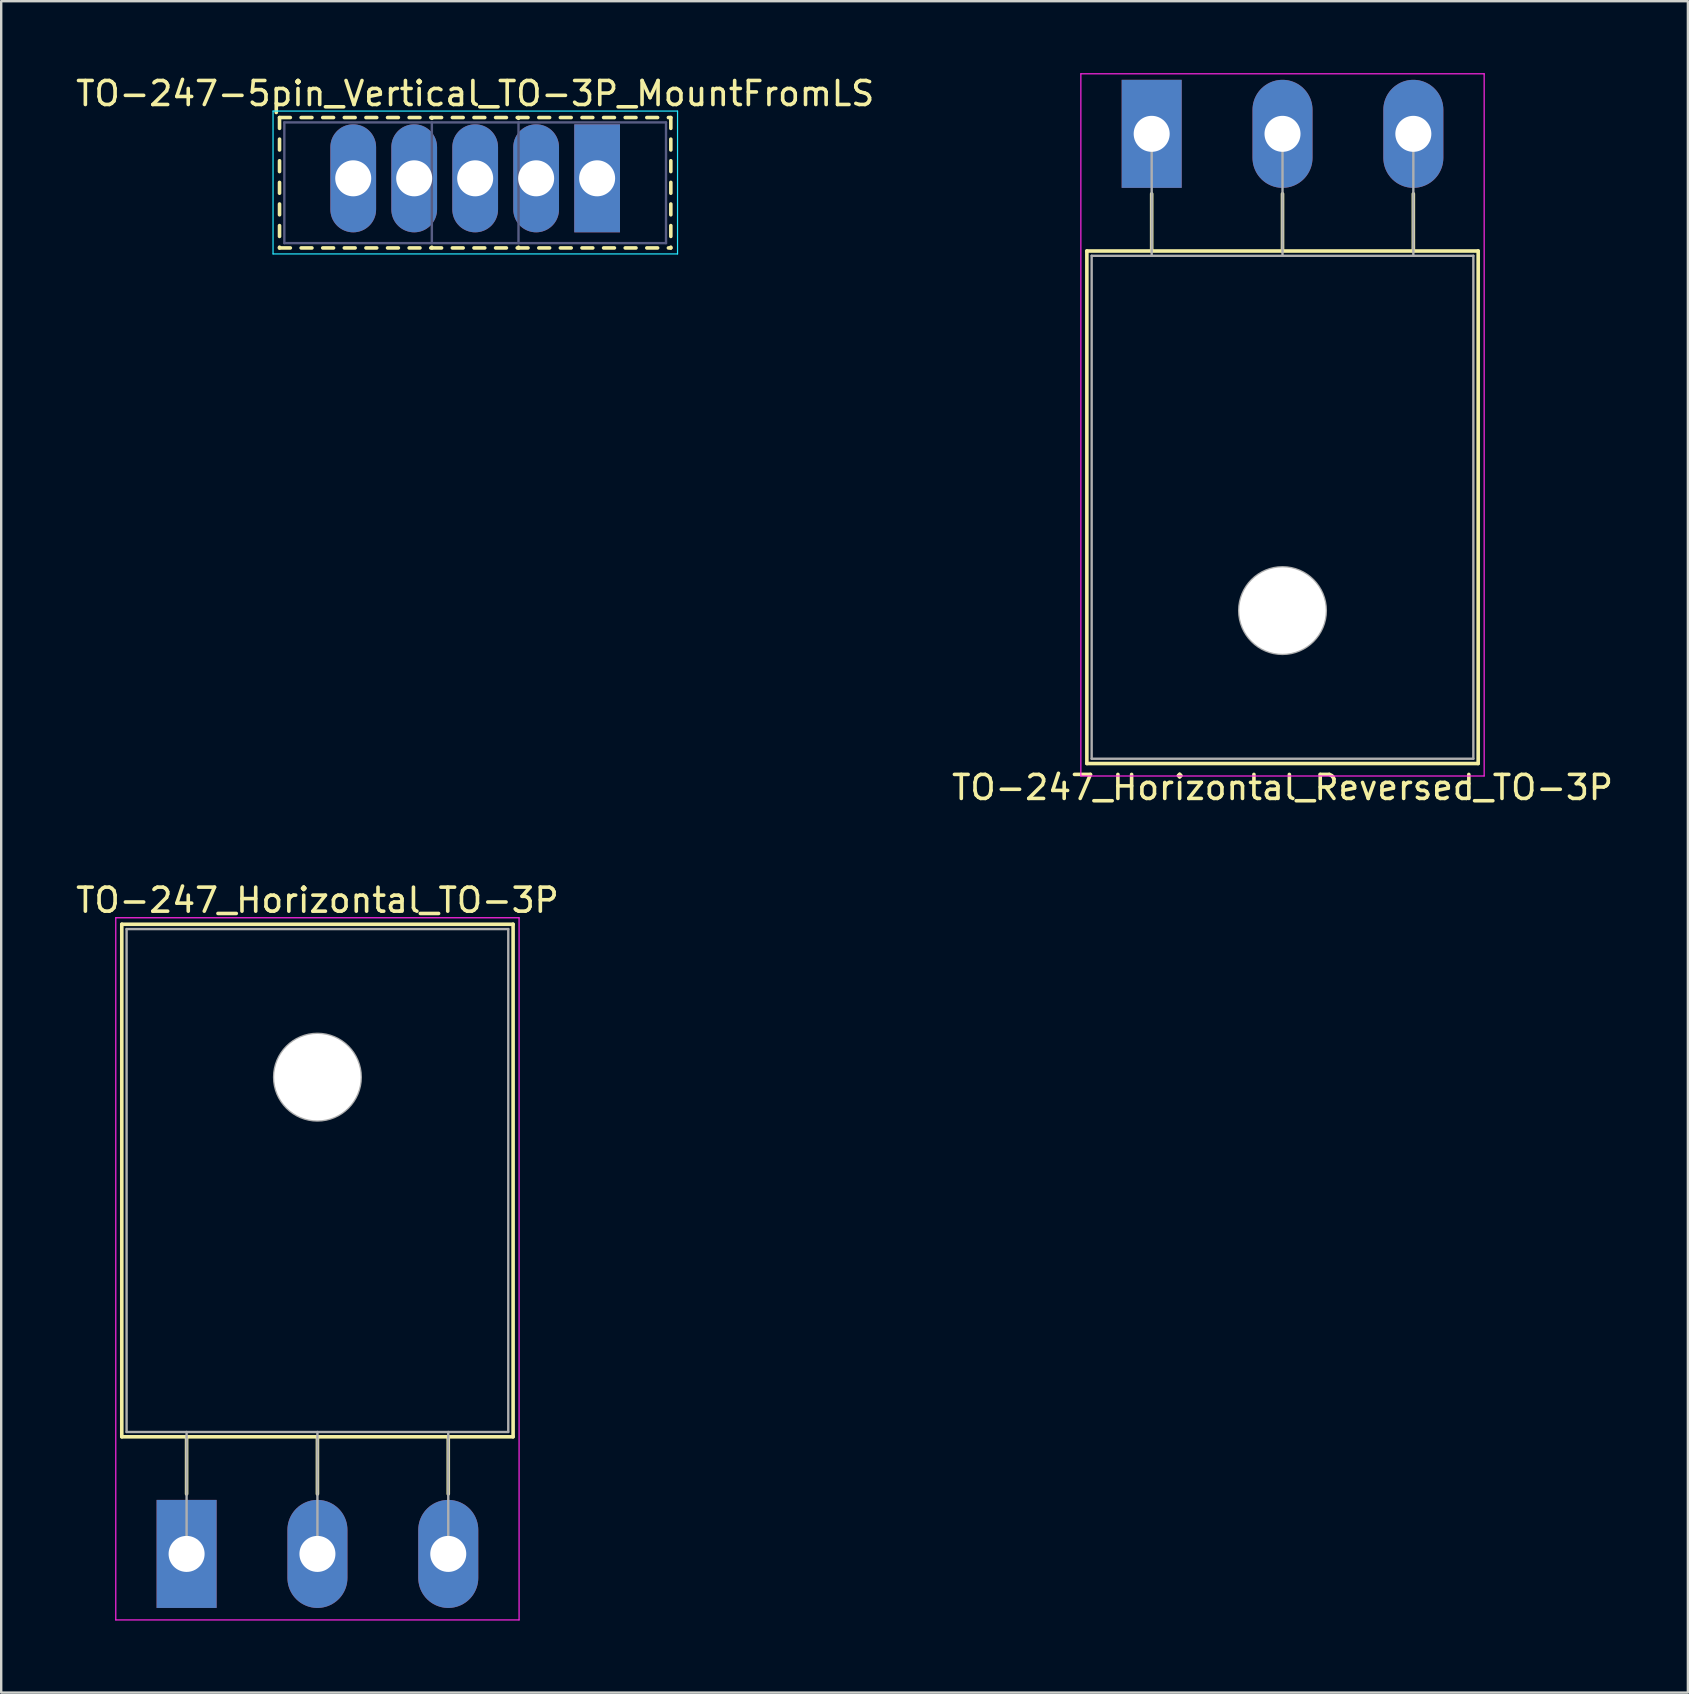
<source format=kicad_pcb>
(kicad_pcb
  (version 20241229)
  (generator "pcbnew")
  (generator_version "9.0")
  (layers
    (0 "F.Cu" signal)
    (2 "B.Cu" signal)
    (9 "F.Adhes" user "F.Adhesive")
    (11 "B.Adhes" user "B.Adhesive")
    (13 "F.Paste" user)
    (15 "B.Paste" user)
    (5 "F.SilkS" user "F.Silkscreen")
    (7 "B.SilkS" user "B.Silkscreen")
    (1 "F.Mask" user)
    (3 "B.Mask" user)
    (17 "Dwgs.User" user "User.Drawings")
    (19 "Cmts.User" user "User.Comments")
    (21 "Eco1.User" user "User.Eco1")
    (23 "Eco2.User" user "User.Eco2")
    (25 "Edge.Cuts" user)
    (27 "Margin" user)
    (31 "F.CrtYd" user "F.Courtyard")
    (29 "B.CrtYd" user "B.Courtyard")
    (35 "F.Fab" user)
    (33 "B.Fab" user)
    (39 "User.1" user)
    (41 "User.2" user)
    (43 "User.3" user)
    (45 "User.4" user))
  (footprint "TO-247-5pin_Vertical_TO-3P_MountFromLS"
    (layer "F.Cu")
    (at 21.824 4.378)
    (property "Reference" "TO-247-5pin_Vertical_TO-3P_MountFromLS" (at -5.08 -3.53 0) (layer "F.SilkS") (effects (font (size 1 1) (thickness 0.15))))
    (attr through_hole)
    (fp_line (start -13.23 -2.531) (end -13.23 -2.081) (stroke (width 0.15) (type solid)) (layer "F.SilkS"))
    (fp_line (start -13.23 -2.531) (end -12.78 -2.531) (stroke (width 0.15) (type solid)) (layer "F.SilkS"))
    (fp_line (start -13.23 -1.631) (end -13.23 -1.181) (stroke (width 0.15) (type solid)) (layer "F.SilkS"))
    (fp_line (start -13.23 -0.731) (end -13.23 -0.281) (stroke (width 0.15) (type solid)) (layer "F.SilkS"))
    (fp_line (start -13.23 0.17) (end -13.23 0.62) (stroke (width 0.15) (type solid)) (layer "F.SilkS"))
    (fp_line (start -13.23 1.07) (end -13.23 1.52) (stroke (width 0.15) (type solid)) (layer "F.SilkS"))
    (fp_line (start -13.23 1.97) (end -13.23 2.42) (stroke (width 0.15) (type solid)) (layer "F.SilkS"))
    (fp_line (start -13.23 2.87) (end -13.23 2.9) (stroke (width 0.15) (type solid)) (layer "F.SilkS"))
    (fp_line (start -13.23 2.9) (end -12.78 2.9) (stroke (width 0.15) (type solid)) (layer "F.SilkS"))
    (fp_line (start -12.33 -2.531) (end -11.88 -2.531) (stroke (width 0.15) (type solid)) (layer "F.SilkS"))
    (fp_line (start -12.33 2.9) (end -11.88 2.9) (stroke (width 0.15) (type solid)) (layer "F.SilkS"))
    (fp_line (start -11.43 -2.531) (end -10.98 -2.531) (stroke (width 0.15) (type solid)) (layer "F.SilkS"))
    (fp_line (start -11.43 2.9) (end -10.98 2.9) (stroke (width 0.15) (type solid)) (layer "F.SilkS"))
    (fp_line (start -10.531 -2.531) (end -10.08 -2.531) (stroke (width 0.15) (type solid)) (layer "F.SilkS"))
    (fp_line (start -10.531 2.9) (end -10.08 2.9) (stroke (width 0.15) (type solid)) (layer "F.SilkS"))
    (fp_line (start -9.63 -2.531) (end -9.18 -2.531) (stroke (width 0.15) (type solid)) (layer "F.SilkS"))
    (fp_line (start -9.63 2.9) (end -9.18 2.9) (stroke (width 0.15) (type solid)) (layer "F.SilkS"))
    (fp_line (start -8.73 -2.531) (end -8.28 -2.531) (stroke (width 0.15) (type solid)) (layer "F.SilkS"))
    (fp_line (start -8.73 2.9) (end -8.28 2.9) (stroke (width 0.15) (type solid)) (layer "F.SilkS"))
    (fp_line (start -7.83 -2.531) (end -7.38 -2.531) (stroke (width 0.15) (type solid)) (layer "F.SilkS"))
    (fp_line (start -7.83 2.9) (end -7.38 2.9) (stroke (width 0.15) (type solid)) (layer "F.SilkS"))
    (fp_line (start -6.93 -2.531) (end -6.48 -2.531) (stroke (width 0.15) (type solid)) (layer "F.SilkS"))
    (fp_line (start -6.93 2.9) (end -6.48 2.9) (stroke (width 0.15) (type solid)) (layer "F.SilkS"))
    (fp_line (start -6.884 -2.531) (end -6.884 -2.5) (stroke (width 0.15) (type solid)) (layer "F.SilkS"))
    (fp_line (start -6.884 2.87) (end -6.884 2.9) (stroke (width 0.15) (type solid)) (layer "F.SilkS"))
    (fp_line (start -6.03 -2.531) (end -5.58 -2.531) (stroke (width 0.15) (type solid)) (layer "F.SilkS"))
    (fp_line (start -6.03 2.9) (end -5.58 2.9) (stroke (width 0.15) (type solid)) (layer "F.SilkS"))
    (fp_line (start -5.13 -2.531) (end -4.68 -2.531) (stroke (width 0.15) (type solid)) (layer "F.SilkS"))
    (fp_line (start -5.13 2.9) (end -4.68 2.9) (stroke (width 0.15) (type solid)) (layer "F.SilkS"))
    (fp_line (start -4.229 -2.531) (end -3.779 -2.531) (stroke (width 0.15) (type solid)) (layer "F.SilkS"))
    (fp_line (start -4.229 2.9) (end -3.779 2.9) (stroke (width 0.15) (type solid)) (layer "F.SilkS"))
    (fp_line (start -3.329 -2.531) (end -2.879 -2.531) (stroke (width 0.15) (type solid)) (layer "F.SilkS"))
    (fp_line (start -3.329 2.9) (end -2.879 2.9) (stroke (width 0.15) (type solid)) (layer "F.SilkS"))
    (fp_line (start -3.275 -2.531) (end -3.275 -2.5) (stroke (width 0.15) (type solid)) (layer "F.SilkS"))
    (fp_line (start -3.275 2.87) (end -3.275 2.9) (stroke (width 0.15) (type solid)) (layer "F.SilkS"))
    (fp_line (start -2.429 -2.531) (end -1.979 -2.531) (stroke (width 0.15) (type solid)) (layer "F.SilkS"))
    (fp_line (start -2.429 2.9) (end -1.979 2.9) (stroke (width 0.15) (type solid)) (layer "F.SilkS"))
    (fp_line (start -1.53 -2.531) (end -1.08 -2.531) (stroke (width 0.15) (type solid)) (layer "F.SilkS"))
    (fp_line (start -1.53 2.9) (end -1.08 2.9) (stroke (width 0.15) (type solid)) (layer "F.SilkS"))
    (fp_line (start -0.63 -2.531) (end -0.18 -2.531) (stroke (width 0.15) (type solid)) (layer "F.SilkS"))
    (fp_line (start -0.63 2.9) (end -0.18 2.9) (stroke (width 0.15) (type solid)) (layer "F.SilkS"))
    (fp_line (start 0.27 -2.531) (end 0.72 -2.531) (stroke (width 0.15) (type solid)) (layer "F.SilkS"))
    (fp_line (start 0.27 2.9) (end 0.72 2.9) (stroke (width 0.15) (type solid)) (layer "F.SilkS"))
    (fp_line (start 1.17 -2.531) (end 1.62 -2.531) (stroke (width 0.15) (type solid)) (layer "F.SilkS"))
    (fp_line (start 1.17 2.9) (end 1.62 2.9) (stroke (width 0.15) (type solid)) (layer "F.SilkS"))
    (fp_line (start 2.07 -2.531) (end 2.52 -2.531) (stroke (width 0.15) (type solid)) (layer "F.SilkS"))
    (fp_line (start 2.07 2.9) (end 2.52 2.9) (stroke (width 0.15) (type solid)) (layer "F.SilkS"))
    (fp_line (start 2.97 -2.531) (end 3.07 -2.531) (stroke (width 0.15) (type solid)) (layer "F.SilkS"))
    (fp_line (start 2.97 2.9) (end 3.07 2.9) (stroke (width 0.15) (type solid)) (layer "F.SilkS"))
    (fp_line (start 3.07 -2.531) (end 3.07 -2.081) (stroke (width 0.15) (type solid)) (layer "F.SilkS"))
    (fp_line (start 3.07 -1.631) (end 3.07 -1.181) (stroke (width 0.15) (type solid)) (layer "F.SilkS"))
    (fp_line (start 3.07 -0.731) (end 3.07 -0.281) (stroke (width 0.15) (type solid)) (layer "F.SilkS"))
    (fp_line (start 3.07 0.17) (end 3.07 0.62) (stroke (width 0.15) (type solid)) (layer "F.SilkS"))
    (fp_line (start 3.07 1.07) (end 3.07 1.52) (stroke (width 0.15) (type solid)) (layer "F.SilkS"))
    (fp_line (start 3.07 1.97) (end 3.07 2.42) (stroke (width 0.15) (type solid)) (layer "F.SilkS"))
    (fp_line (start 3.07 2.87) (end 3.07 2.9) (stroke (width 0.15) (type solid)) (layer "F.SilkS"))
    (fp_line (start -13.5 -2.8) (end -13.5 3.15) (stroke (width 0.05) (type solid)) (layer "B.CrtYd"))
    (fp_line (start -13.5 3.15) (end 3.35 3.15) (stroke (width 0.05) (type solid)) (layer "B.CrtYd"))
    (fp_line (start 3.35 -2.8) (end -13.5 -2.8) (stroke (width 0.05) (type solid)) (layer "B.CrtYd"))
    (fp_line (start 3.35 3.15) (end 3.35 -2.8) (stroke (width 0.05) (type solid)) (layer "B.CrtYd"))
    (fp_line (start -13.03 -2.33) (end -13.03 2.7) (stroke (width 0.1) (type solid)) (layer "B.Fab"))
    (fp_line (start -13.03 2.7) (end 2.87 2.7) (stroke (width 0.1) (type solid)) (layer "B.Fab"))
    (fp_line (start -6.885 -2.33) (end -6.885 2.7) (stroke (width 0.1) (type solid)) (layer "B.Fab"))
    (fp_line (start -3.275 -2.33) (end -3.275 2.7) (stroke (width 0.1) (type solid)) (layer "B.Fab"))
    (fp_line (start 2.87 -2.33) (end -13.03 -2.33) (stroke (width 0.1) (type solid)) (layer "B.Fab"))
    (fp_line (start 2.87 2.7) (end 2.87 -2.33) (stroke (width 0.1) (type solid)) (layer "B.Fab"))
    (pad "1" thru_hole rect (at 0 0) (size 1.905 4.5) (drill 1.5) (layers "*.Cu" "*.Mask"))
    (pad "2" thru_hole oval (at -2.54 0) (size 1.905 4.5) (drill 1.5) (layers "*.Cu" "*.Mask"))
    (pad "3" thru_hole oval (at -5.08 0) (size 1.905 4.5) (drill 1.5) (layers "*.Cu" "*.Mask"))
    (pad "4" thru_hole oval (at -7.62 0) (size 1.905 4.5) (drill 1.5) (layers "*.Cu" "*.Mask"))
    (pad "5" thru_hole oval (at -10.16 0) (size 1.905 4.5) (drill 1.5) (layers "*.Cu" "*.Mask")))
  (footprint "TO-247_Horizontal_TO-3P"
    (layer "F.Cu")
    (at 4.723 61.681)
    (property "Reference" "TO-247_Horizontal_TO-3P" (at 5.45 -27.23 0) (layer "F.SilkS") (effects (font (size 1 1) (thickness 0.15))))
    (attr through_hole)
    (fp_line (start -2.7 -26.23) (end -2.7 -4.88) (stroke (width 0.15) (type solid)) (layer "F.SilkS"))
    (fp_line (start -2.7 -26.23) (end 13.601 -26.23) (stroke (width 0.15) (type solid)) (layer "F.SilkS"))
    (fp_line (start -2.7 -4.88) (end 13.601 -4.88) (stroke (width 0.15) (type solid)) (layer "F.SilkS"))
    (fp_line (start 0 -4.88) (end 0 -2.5) (stroke (width 0.15) (type solid)) (layer "F.SilkS"))
    (fp_line (start 5.45 -4.88) (end 5.45 -2.5) (stroke (width 0.15) (type solid)) (layer "F.SilkS"))
    (fp_line (start 10.9 -4.88) (end 10.9 -2.5) (stroke (width 0.15) (type solid)) (layer "F.SilkS"))
    (fp_line (start 13.601 -26.23) (end 13.601 -4.88) (stroke (width 0.15) (type solid)) (layer "F.SilkS"))
    (fp_line (start -2.95 -26.5) (end -2.95 2.75) (stroke (width 0.05) (type solid)) (layer "F.CrtYd"))
    (fp_line (start -2.95 2.75) (end 13.85 2.75) (stroke (width 0.05) (type solid)) (layer "F.CrtYd"))
    (fp_line (start 13.85 -26.5) (end -2.95 -26.5) (stroke (width 0.05) (type solid)) (layer "F.CrtYd"))
    (fp_line (start 13.85 2.75) (end 13.85 -26.5) (stroke (width 0.05) (type solid)) (layer "F.CrtYd"))
    (fp_line (start -2.5 -26.03) (end 13.4 -26.03) (stroke (width 0.1) (type solid)) (layer "F.Fab"))
    (fp_line (start -2.5 -5.08) (end -2.5 -26.03) (stroke (width 0.1) (type solid)) (layer "F.Fab"))
    (fp_line (start 0 -5.08) (end 0 0) (stroke (width 0.1) (type solid)) (layer "F.Fab"))
    (fp_line (start 5.45 -5.08) (end 5.45 0) (stroke (width 0.1) (type solid)) (layer "F.Fab"))
    (fp_line (start 10.9 -5.08) (end 10.9 0) (stroke (width 0.1) (type solid)) (layer "F.Fab"))
    (fp_line (start 13.4 -26.03) (end 13.4 -5.08) (stroke (width 0.1) (type solid)) (layer "F.Fab"))
    (fp_line (start 13.4 -5.08) (end -2.5 -5.08) (stroke (width 0.1) (type solid)) (layer "F.Fab"))
    (fp_circle (center 5.45 -19.86) (end 7.255 -19.86) (stroke (width 0.1) (type solid)) (fill no) (layer "F.Fab"))
    (pad "" np_thru_hole oval (at 5.45 -19.86) (size 3.6 3.6) (drill 3.6) (layers "*.Cu" "*.Mask"))
    (pad "1" thru_hole rect (at 0 0) (size 2.5 4.5) (drill 1.5) (layers "*.Cu" "*.Mask"))
    (pad "2" thru_hole oval (at 5.45 0) (size 2.5 4.5) (drill 1.5) (layers "*.Cu" "*.Mask"))
    (pad "3" thru_hole oval (at 10.9 0) (size 2.5 4.5) (drill 1.5) (layers "*.Cu" "*.Mask")))
  (footprint "TO-247_Horizontal_Reversed_TO-3P"
    (layer "F.Cu")
    (at 44.925 2.525)
    (property "Reference" "TO-247_Horizontal_Reversed_TO-3P" (at 5.45 27.23 0) (layer "F.SilkS") (effects (font (size 1 1) (thickness 0.15))))
    (attr through_hole)
    (fp_line (start -2.7 4.88) (end -2.7 26.23) (stroke (width 0.15) (type solid)) (layer "F.SilkS"))
    (fp_line (start -2.7 4.88) (end 13.601 4.88) (stroke (width 0.15) (type solid)) (layer "F.SilkS"))
    (fp_line (start -2.7 26.23) (end 13.601 26.23) (stroke (width 0.15) (type solid)) (layer "F.SilkS"))
    (fp_line (start 0 2.5) (end 0 4.88) (stroke (width 0.15) (type solid)) (layer "F.SilkS"))
    (fp_line (start 5.45 2.5) (end 5.45 4.88) (stroke (width 0.15) (type solid)) (layer "F.SilkS"))
    (fp_line (start 10.9 2.5) (end 10.9 4.88) (stroke (width 0.15) (type solid)) (layer "F.SilkS"))
    (fp_line (start 13.601 4.88) (end 13.601 26.23) (stroke (width 0.15) (type solid)) (layer "F.SilkS"))
    (fp_line (start -2.95 -2.5) (end -2.95 26.75) (stroke (width 0.05) (type solid)) (layer "F.CrtYd"))
    (fp_line (start -2.95 26.75) (end 13.85 26.75) (stroke (width 0.05) (type solid)) (layer "F.CrtYd"))
    (fp_line (start 13.85 -2.5) (end -2.95 -2.5) (stroke (width 0.05) (type solid)) (layer "F.CrtYd"))
    (fp_line (start 13.85 26.75) (end 13.85 -2.5) (stroke (width 0.05) (type solid)) (layer "F.CrtYd"))
    (fp_line (start -2.5 5.08) (end -2.5 26.03) (stroke (width 0.1) (type solid)) (layer "F.Fab"))
    (fp_line (start -2.5 26.03) (end 13.4 26.03) (stroke (width 0.1) (type solid)) (layer "F.Fab"))
    (fp_line (start 0 5.08) (end 0 0) (stroke (width 0.1) (type solid)) (layer "F.Fab"))
    (fp_line (start 5.45 5.08) (end 5.45 0) (stroke (width 0.1) (type solid)) (layer "F.Fab"))
    (fp_line (start 10.9 5.08) (end 10.9 0) (stroke (width 0.1) (type solid)) (layer "F.Fab"))
    (fp_line (start 13.4 5.08) (end -2.5 5.08) (stroke (width 0.1) (type solid)) (layer "F.Fab"))
    (fp_line (start 13.4 26.03) (end 13.4 5.08) (stroke (width 0.1) (type solid)) (layer "F.Fab"))
    (fp_circle (center 5.45 19.86) (end 7.255 19.86) (stroke (width 0.1) (type solid)) (fill no) (layer "F.Fab"))
    (pad "" np_thru_hole oval (at 5.45 19.86) (size 3.6 3.6) (drill 3.6) (layers "*.Cu" "*.Mask"))
    (pad "1" thru_hole rect (at 0 0) (size 2.5 4.5) (drill 1.5) (layers "*.Cu" "*.Mask"))
    (pad "2" thru_hole oval (at 5.45 0) (size 2.5 4.5) (drill 1.5) (layers "*.Cu" "*.Mask"))
    (pad "3" thru_hole oval (at 10.9 0) (size 2.5 4.5) (drill 1.5) (layers "*.Cu" "*.Mask")))
  (gr_rect
    (start -3 -3)
    (end 67.262 67.457)
    (stroke (width 0.1) (type default))
    (fill no)
    (layer "Edge.Cuts")))
</source>
